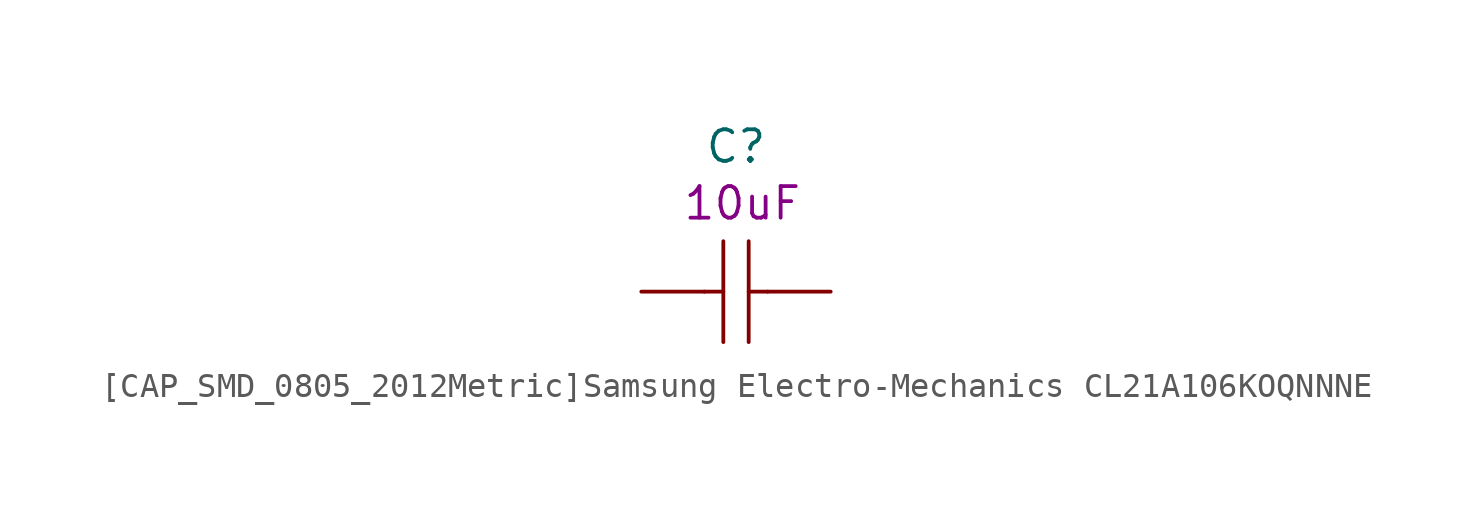
<source format=kicad_sym>
(kicad_symbol_lib
  (version 20231120)
  (generator "kicad_symbol_editor")
  (generator_version "8.0")
  (symbol "[CAP_SMD_0805_2012Metric]Samsung Electro-Mechanics CL21A106KOQNNNE"
    (pin_numbers hide)
    (pin_names
      (offset 0.002))
    (property "Reference" "C"
      (at 0 5.842 0)
      (effects (font (size 1.27 1.27))))
    (property "Nvalue" "10uF"
      (at 0.254 3.556 0)
      (effects (font (size 1.27 1.27))))
    (symbol "[CAP_SMD_0805_2012Metric]Samsung Electro-Mechanics CL21A106KOQNNNE_0_1"
      (polyline (pts (xy -1.27 0) (xy -0.51 0)) (stroke (width 0) (type default)) (fill (type none)))
      (polyline (pts (xy -0.51 2.03) (xy -0.51 -2.03)) (stroke (width 0) (type default)) (fill (type none)))
      (polyline (pts (xy 0.51 0) (xy 1.27 0)) (stroke (width 0) (type default)) (fill (type none)))
      (polyline (pts (xy 0.51 2.03) (xy 0.51 -2.03)) (stroke (width 0) (type default)) (fill (type none))))
    (symbol "[CAP_SMD_0805_2012Metric]Samsung Electro-Mechanics CL21A106KOQNNNE_1_1"
      (pin passive line (at -3.81 0 0) (length 2.54) (name "~" (effects (font (size 1.27 1.27)))) (number "1" (effects (font (size 1.27 1.27)))))
      (pin passive line (at 3.81 0 180) (length 2.54) (name "~" (effects (font (size 1.27 1.27)))) (number "2" (effects (font (size 1.27 1.27))))))))
</source>
